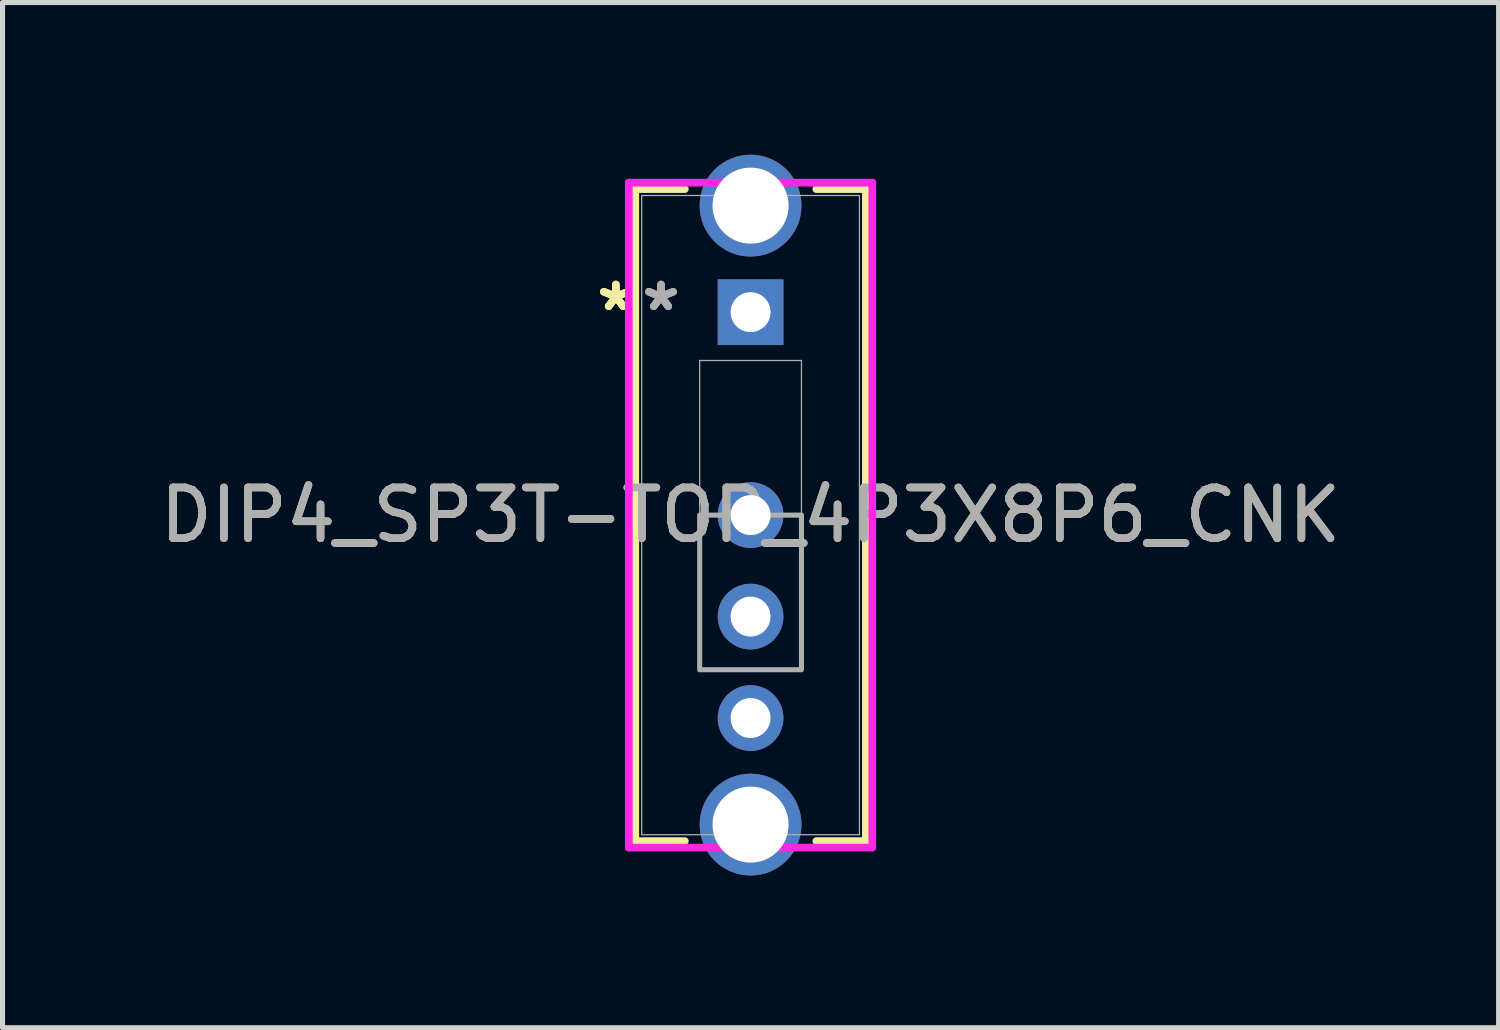
<source format=kicad_pcb>
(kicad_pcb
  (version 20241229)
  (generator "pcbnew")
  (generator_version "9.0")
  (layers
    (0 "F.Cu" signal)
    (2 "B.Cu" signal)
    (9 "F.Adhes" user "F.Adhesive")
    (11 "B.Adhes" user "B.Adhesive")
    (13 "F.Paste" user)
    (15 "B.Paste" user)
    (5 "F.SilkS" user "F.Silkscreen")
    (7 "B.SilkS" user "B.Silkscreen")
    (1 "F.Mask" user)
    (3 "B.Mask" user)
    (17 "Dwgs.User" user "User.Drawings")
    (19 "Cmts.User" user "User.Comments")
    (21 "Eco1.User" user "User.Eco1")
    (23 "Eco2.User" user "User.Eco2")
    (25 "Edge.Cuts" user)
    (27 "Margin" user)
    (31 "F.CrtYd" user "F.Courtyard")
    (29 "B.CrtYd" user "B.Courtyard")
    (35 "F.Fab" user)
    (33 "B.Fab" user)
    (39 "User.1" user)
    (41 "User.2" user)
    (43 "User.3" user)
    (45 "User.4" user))
  (footprint "DIP4_SP3T-TOP_4P3X8P6_CNK"
    (layer "F.Cu")
    (at 11.744 3.103)
    (property "Reference" "DIP4_SP3T-TOP_4P3X8P6_CNK" (at 0 4 0) (unlocked yes) (layer "F.SilkS") (effects (font (size 1 1) (thickness 0.15))))
    (attr through_hole)
    (fp_line (start -2.273 -2.426) (end -2.273 10.426) (stroke (width 0.152) (type solid)) (layer "F.SilkS"))
    (fp_line (start -2.273 10.426) (end -1.296 10.426) (stroke (width 0.152) (type solid)) (layer "F.SilkS"))
    (fp_line (start -1.296 -2.426) (end -2.273 -2.426) (stroke (width 0.152) (type solid)) (layer "F.SilkS"))
    (fp_line (start 1.296 10.426) (end 2.273 10.426) (stroke (width 0.152) (type solid)) (layer "F.SilkS"))
    (fp_line (start 2.273 -2.426) (end 1.296 -2.426) (stroke (width 0.152) (type solid)) (layer "F.SilkS"))
    (fp_line (start 2.273 10.426) (end 2.273 -2.426) (stroke (width 0.152) (type solid)) (layer "F.SilkS"))
    (fp_line (start -2.4 -2.553) (end -2.4 10.553) (stroke (width 0.152) (type solid)) (layer "F.CrtYd"))
    (fp_line (start -2.4 10.553) (end 2.4 10.553) (stroke (width 0.152) (type solid)) (layer "F.CrtYd"))
    (fp_line (start 2.4 -2.553) (end -2.4 -2.553) (stroke (width 0.152) (type solid)) (layer "F.CrtYd"))
    (fp_line (start 2.4 10.553) (end 2.4 -2.553) (stroke (width 0.152) (type solid)) (layer "F.CrtYd"))
    (fp_line (start -2.146 -2.299) (end -2.146 10.299) (stroke (width 0.025) (type solid)) (layer "F.Fab"))
    (fp_line (start -2.146 10.299) (end 2.146 10.299) (stroke (width 0.025) (type solid)) (layer "F.Fab"))
    (fp_line (start -1.003 0.952) (end 1.003 0.952) (stroke (width 0.025) (type solid)) (layer "F.Fab"))
    (fp_line (start -1.003 7.048) (end -1.003 0.952) (stroke (width 0.025) (type solid)) (layer "F.Fab"))
    (fp_line (start 1.003 0.952) (end 1.003 7.048) (stroke (width 0.025) (type solid)) (layer "F.Fab"))
    (fp_line (start 1.003 7.048) (end -1.003 7.048) (stroke (width 0.025) (type solid)) (layer "F.Fab"))
    (fp_line (start 2.146 -2.299) (end -2.146 -2.299) (stroke (width 0.025) (type solid)) (layer "F.Fab"))
    (fp_line (start 2.146 10.299) (end 2.146 -2.299) (stroke (width 0.025) (type solid)) (layer "F.Fab"))
    (fp_poly (pts (xy -1.003 7.048) (xy -1.003 4) (xy 1.003 4) (xy 1.003 7.048)) (stroke (width 0.1) (type solid)) (fill no) (layer "F.Fab"))
    (fp_text user "*" (at -2.654 0 0) (layer "F.SilkS") (effects (font (size 1 1) (thickness 0.15))))
    (fp_text user "*" (at -2.654 0 0) (unlocked yes) (layer "F.SilkS") (effects (font (size 1 1) (thickness 0.15))))
    (fp_text user "*" (at -1.765 0 0) (layer "F.Fab") (effects (font (size 1 1) (thickness 0.15))))
    (fp_text user "*" (at -1.765 0 0) (unlocked yes) (layer "F.Fab") (effects (font (size 1 1) (thickness 0.15))))
    (fp_text user "${REFERENCE}" (at 0 4 0) (unlocked yes) (layer "F.Fab") (effects (font (size 1 1) (thickness 0.15))))
    (pad "1" thru_hole rect (at 0 0) (size 1.295 1.295) (drill 0.787) (layers "*.Cu" "*.Mask"))
    (pad "2" thru_hole circle (at 0 4) (size 1.295 1.295) (drill 0.787) (layers "*.Cu" "*.Mask"))
    (pad "3" thru_hole circle (at 0 6) (size 1.295 1.295) (drill 0.787) (layers "*.Cu" "*.Mask"))
    (pad "4" thru_hole circle (at 0 8) (size 1.295 1.295) (drill 0.787) (layers "*.Cu" "*.Mask"))
    (pad "6" thru_hole circle (at 0 -2.1 90) (size 2.007 2.007) (drill 1.499) (layers "*.Cu" "*.Mask"))
    (pad "7" thru_hole circle (at 0 10.1 90) (size 2.007 2.007) (drill 1.499) (layers "*.Cu" "*.Mask")))
  (gr_rect
    (start -3 -3)
    (end 26.488 17.207)
    (stroke (width 0.1) (type default))
    (fill no)
    (layer "Edge.Cuts")))
</source>
